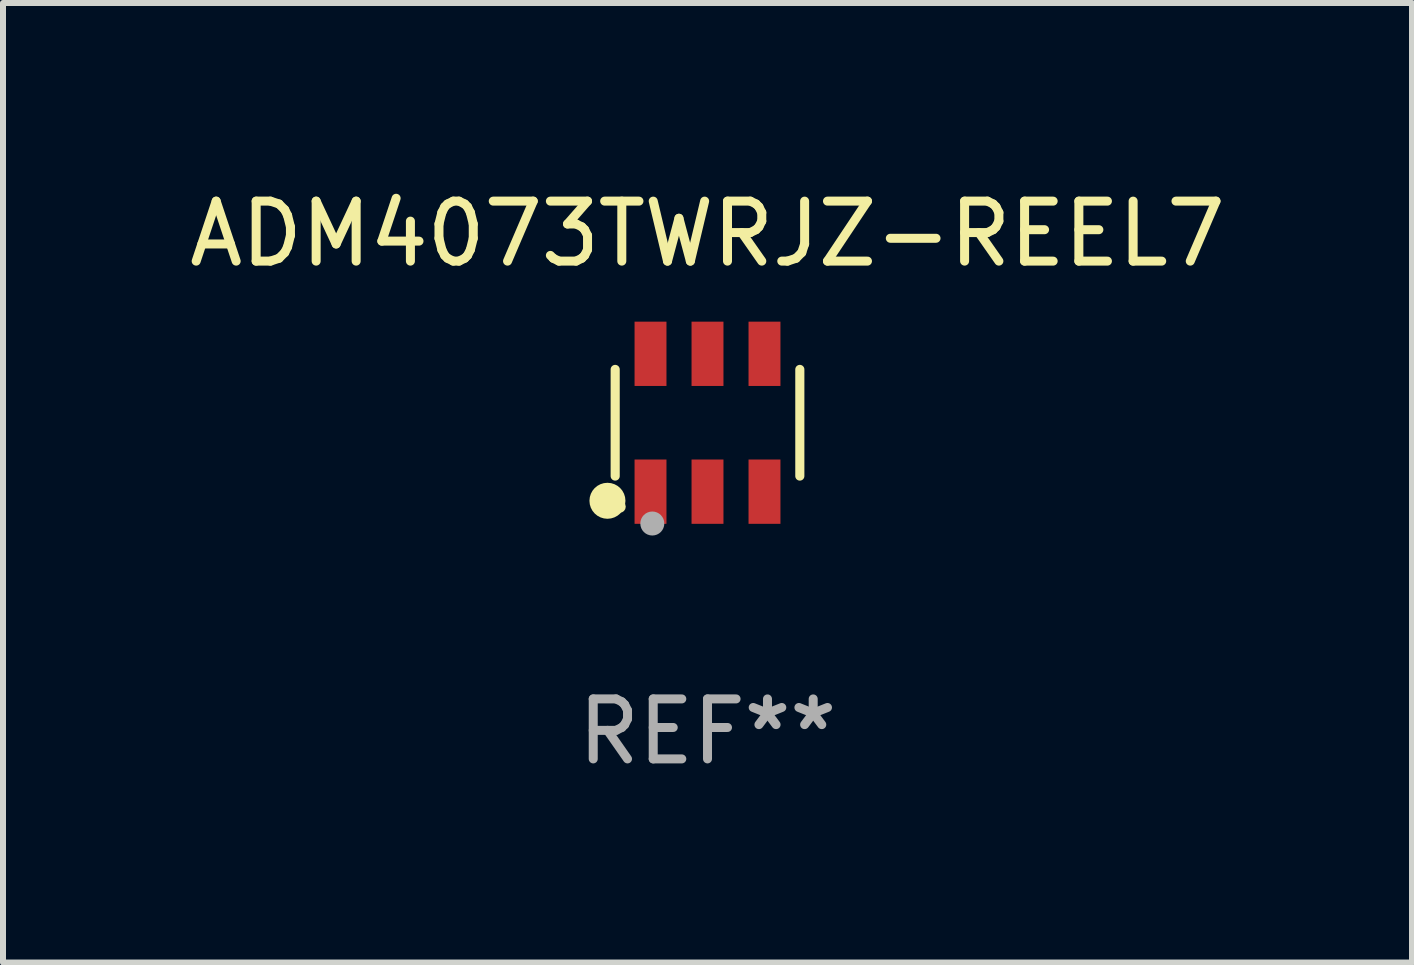
<source format=kicad_pcb>
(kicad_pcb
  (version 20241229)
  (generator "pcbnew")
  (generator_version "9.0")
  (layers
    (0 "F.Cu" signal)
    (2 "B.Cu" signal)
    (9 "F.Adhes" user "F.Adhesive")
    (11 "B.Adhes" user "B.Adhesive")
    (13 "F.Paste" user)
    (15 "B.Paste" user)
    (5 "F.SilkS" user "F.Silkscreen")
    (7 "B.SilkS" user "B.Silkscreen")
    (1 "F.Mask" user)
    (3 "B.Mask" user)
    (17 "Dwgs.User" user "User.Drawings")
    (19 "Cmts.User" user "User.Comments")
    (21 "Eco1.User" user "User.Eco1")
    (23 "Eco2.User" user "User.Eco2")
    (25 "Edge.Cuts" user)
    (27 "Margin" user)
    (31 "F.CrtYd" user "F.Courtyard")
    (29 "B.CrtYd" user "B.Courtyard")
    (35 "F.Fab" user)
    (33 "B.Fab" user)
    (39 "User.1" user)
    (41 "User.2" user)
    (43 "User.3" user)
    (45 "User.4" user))
  (footprint "ADM4073TWRJZ-REEL7"
    (layer "F.Cu")
    (at 8.744 3.997)
    (property "Reference" "ADM4073TWRJZ-REEL7" (at 0 -3.149 0) (layer "F.SilkS") (effects (font (size 1 1) (thickness 0.15))))
    (attr through_hole)
    (fp_line (start -1.539 0.889) (end -1.539 -0.889) (stroke (width 0.152) (type solid)) (layer "F.SilkS"))
    (fp_line (start 1.539 0.889) (end 1.539 -0.889) (stroke (width 0.152) (type solid)) (layer "F.SilkS"))
    (fp_circle (center -1.668 1.301) (end -1.518 1.301) (stroke (width 0.3) (type solid)) (fill no) (layer "F.SilkS"))
    (fp_circle (center -1.463 1.4) (end -1.413 1.4) (stroke (width 0.1) (type solid)) (fill no) (layer "F.SilkS"))
    (fp_circle (center -0.92 1.68) (end -0.82 1.68) (stroke (width 0.2) (type solid)) (fill no) (layer "F.Fab"))
    (fp_text user "REF**" (at 0 5.149 0) (layer "F.Fab") (effects (font (size 1 1) (thickness 0.15))))
    (pad "1" smd rect (at -0.95 1.149) (size 0.532 1.072) (layers "F.Cu" "F.Mask" "F.Paste"))
    (pad "2" smd rect (at 0 1.149) (size 0.532 1.072) (layers "F.Cu" "F.Mask" "F.Paste"))
    (pad "3" smd rect (at 0.95 1.149) (size 0.532 1.072) (layers "F.Cu" "F.Mask" "F.Paste"))
    (pad "4" smd rect (at 0.95 -1.149) (size 0.532 1.072) (layers "F.Cu" "F.Mask" "F.Paste"))
    (pad "5" smd rect (at 0 -1.149) (size 0.532 1.072) (layers "F.Cu" "F.Mask" "F.Paste"))
    (pad "6" smd rect (at -0.95 -1.149) (size 0.532 1.072) (layers "F.Cu" "F.Mask" "F.Paste")))
  (gr_rect
    (start -3 -3)
    (end 20.488 12.995)
    (stroke (width 0.1) (type default))
    (fill no)
    (layer "Edge.Cuts")))
</source>
